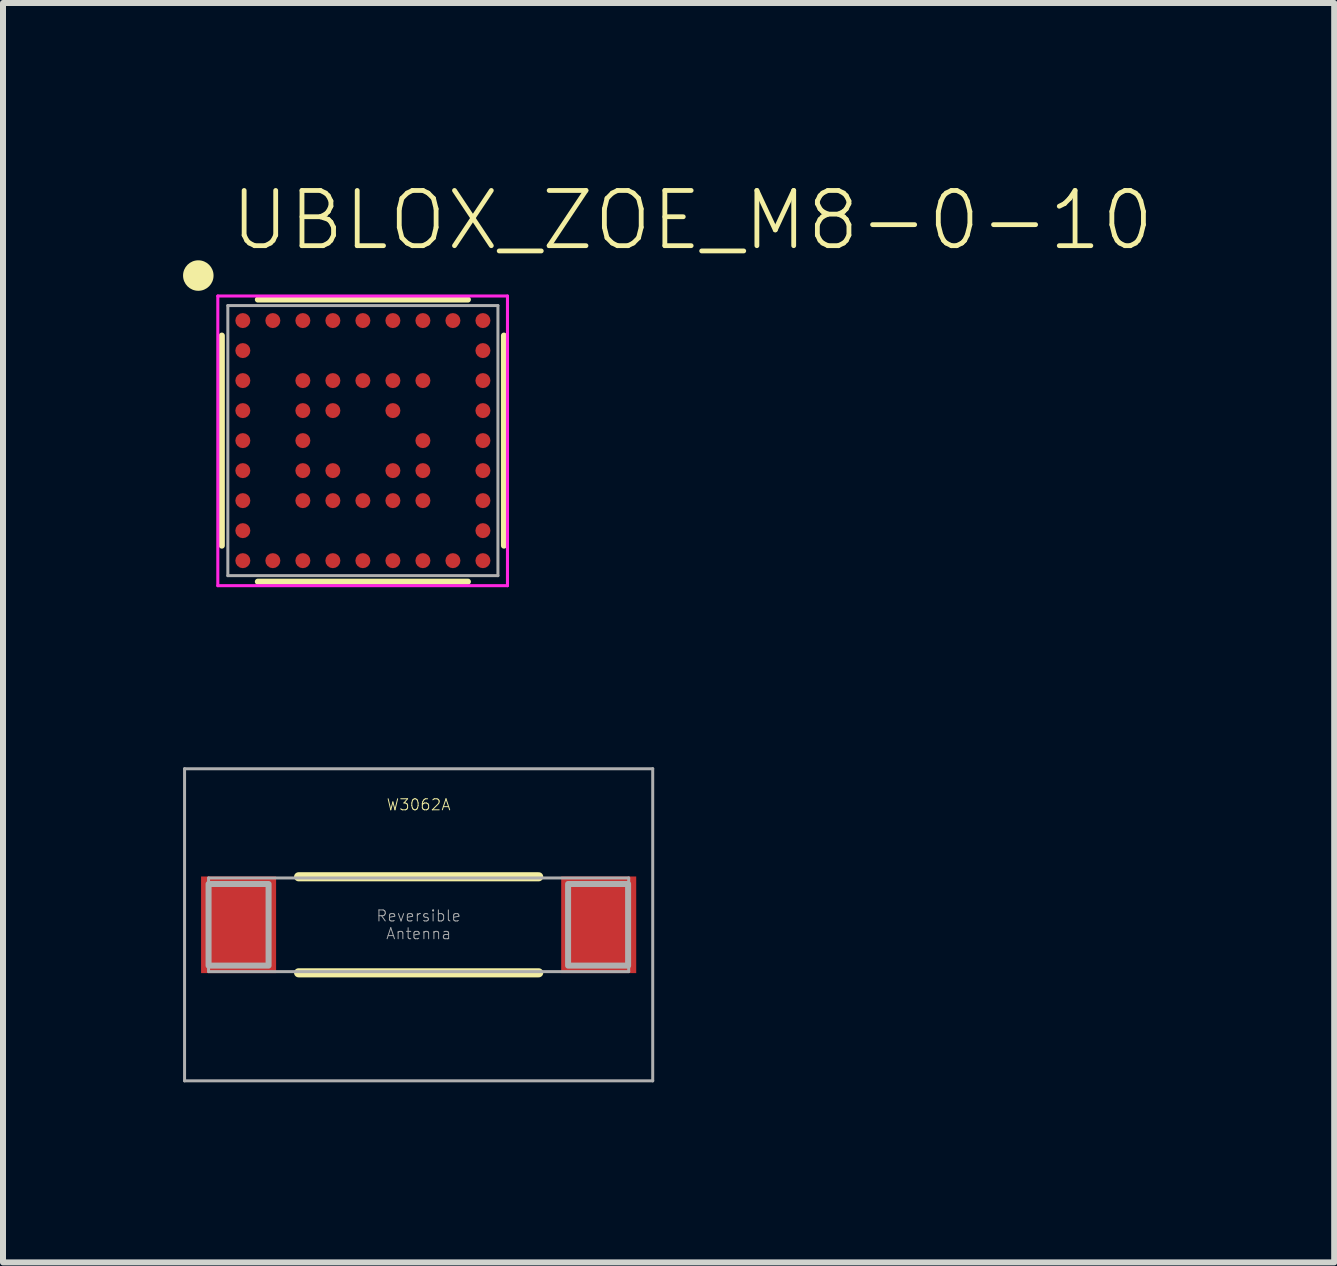
<source format=kicad_pcb>
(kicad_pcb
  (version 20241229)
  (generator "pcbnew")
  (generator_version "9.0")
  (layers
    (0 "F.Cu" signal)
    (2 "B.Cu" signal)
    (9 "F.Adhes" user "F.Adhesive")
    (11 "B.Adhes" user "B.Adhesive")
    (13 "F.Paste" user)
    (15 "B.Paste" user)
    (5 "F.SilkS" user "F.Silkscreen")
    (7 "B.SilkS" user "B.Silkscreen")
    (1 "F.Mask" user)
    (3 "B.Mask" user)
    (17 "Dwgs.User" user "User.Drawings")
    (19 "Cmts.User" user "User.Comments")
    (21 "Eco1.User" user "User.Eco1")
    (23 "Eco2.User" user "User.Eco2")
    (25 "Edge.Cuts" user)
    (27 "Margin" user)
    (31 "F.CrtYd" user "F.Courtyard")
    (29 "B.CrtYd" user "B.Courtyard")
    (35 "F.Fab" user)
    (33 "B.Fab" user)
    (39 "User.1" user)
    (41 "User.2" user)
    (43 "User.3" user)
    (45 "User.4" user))
  (footprint "UBLOX_ZOE_M8-0-10"
    (layer "F.Cu")
    (at 2.992 4.295)
    (property "Reference" "UBLOX_ZOE_M8-0-10" (at -2.246 -3.135 0) (layer "F.SilkS") (effects (font (size 0.92 0.92) (thickness 0.08)) (justify left bottom)))
    (fp_circle (center -1.998 -1.504) (end -1.923 -1.504) (stroke (width 0.15) (type solid)) (fill yes) (layer "F.Mask"))
    (fp_circle (center -1.998 -1.004) (end -1.923 -1.004) (stroke (width 0.15) (type solid)) (fill yes) (layer "F.Mask"))
    (fp_circle (center -1.998 -0.504) (end -1.923 -0.504) (stroke (width 0.15) (type solid)) (fill yes) (layer "F.Mask"))
    (fp_circle (center -1.998 -0.004) (end -1.923 -0.004) (stroke (width 0.15) (type solid)) (fill yes) (layer "F.Mask"))
    (fp_circle (center -1.998 0.496) (end -1.923 0.496) (stroke (width 0.15) (type solid)) (fill yes) (layer "F.Mask"))
    (fp_circle (center -1.998 0.996) (end -1.923 0.996) (stroke (width 0.15) (type solid)) (fill yes) (layer "F.Mask"))
    (fp_circle (center -1.998 1.496) (end -1.923 1.496) (stroke (width 0.15) (type solid)) (fill yes) (layer "F.Mask"))
    (fp_circle (center -1.996 -2.006) (end -1.921 -2.006) (stroke (width 0.15) (type solid)) (fill yes) (layer "F.Mask"))
    (fp_circle (center -1.996 1.994) (end -1.921 1.994) (stroke (width 0.15) (type solid)) (fill yes) (layer "F.Mask"))
    (fp_circle (center -1.496 -2.006) (end -1.421 -2.006) (stroke (width 0.15) (type solid)) (fill yes) (layer "F.Mask"))
    (fp_circle (center -1.496 1.994) (end -1.421 1.994) (stroke (width 0.15) (type solid)) (fill yes) (layer "F.Mask"))
    (fp_circle (center -0.998 -0.004) (end -0.923 -0.004) (stroke (width 0.15) (type solid)) (fill yes) (layer "F.Mask"))
    (fp_circle (center -0.997 -0.505) (end -0.922 -0.505) (stroke (width 0.15) (type solid)) (fill yes) (layer "F.Mask"))
    (fp_circle (center -0.997 0.997) (end -0.922 0.997) (stroke (width 0.15) (type solid)) (fill yes) (layer "F.Mask"))
    (fp_circle (center -0.997 -2.006) (end -0.921 -2.006) (stroke (width 0.15) (type solid)) (fill yes) (layer "F.Mask"))
    (fp_circle (center -0.997 1.994) (end -0.921 1.994) (stroke (width 0.15) (type solid)) (fill yes) (layer "F.Mask"))
    (fp_circle (center -0.995 0.498) (end -0.92 0.498) (stroke (width 0.15) (type solid)) (fill yes) (layer "F.Mask"))
    (fp_circle (center -0.995 -1.004) (end -0.92 -1.004) (stroke (width 0.15) (type solid)) (fill yes) (layer "F.Mask"))
    (fp_circle (center -0.499 -0.503) (end -0.424 -0.503) (stroke (width 0.15) (type solid)) (fill yes) (layer "F.Mask"))
    (fp_circle (center -0.496 -2.006) (end -0.421 -2.006) (stroke (width 0.15) (type solid)) (fill yes) (layer "F.Mask"))
    (fp_circle (center -0.496 1.994) (end -0.421 1.994) (stroke (width 0.15) (type solid)) (fill yes) (layer "F.Mask"))
    (fp_circle (center -0.496 0.997) (end -0.421 0.997) (stroke (width 0.15) (type solid)) (fill yes) (layer "F.Mask"))
    (fp_circle (center -0.495 0.499) (end -0.42 0.499) (stroke (width 0.15) (type solid)) (fill yes) (layer "F.Mask"))
    (fp_circle (center -0.495 -1.004) (end -0.42 -1.004) (stroke (width 0.15) (type solid)) (fill yes) (layer "F.Mask"))
    (fp_circle (center 0.003 0.997) (end 0.078 0.997) (stroke (width 0.15) (type solid)) (fill yes) (layer "F.Mask"))
    (fp_circle (center 0.004 -2.006) (end 0.079 -2.006) (stroke (width 0.15) (type solid)) (fill yes) (layer "F.Mask"))
    (fp_circle (center 0.004 1.994) (end 0.079 1.994) (stroke (width 0.15) (type solid)) (fill yes) (layer "F.Mask"))
    (fp_circle (center 0.005 -1.004) (end 0.08 -1.004) (stroke (width 0.15) (type solid)) (fill yes) (layer "F.Mask"))
    (fp_circle (center 0.501 -0.505) (end 0.576 -0.505) (stroke (width 0.15) (type solid)) (fill yes) (layer "F.Mask"))
    (fp_circle (center 0.502 0.997) (end 0.577 0.997) (stroke (width 0.15) (type solid)) (fill yes) (layer "F.Mask"))
    (fp_circle (center 0.503 -2.006) (end 0.579 -2.006) (stroke (width 0.15) (type solid)) (fill yes) (layer "F.Mask"))
    (fp_circle (center 0.503 1.994) (end 0.579 1.994) (stroke (width 0.15) (type solid)) (fill yes) (layer "F.Mask"))
    (fp_circle (center 0.504 0.499) (end 0.579 0.499) (stroke (width 0.15) (type solid)) (fill yes) (layer "F.Mask"))
    (fp_circle (center 0.505 -1.004) (end 0.58 -1.004) (stroke (width 0.15) (type solid)) (fill yes) (layer "F.Mask"))
    (fp_circle (center 1.002 -0.003) (end 1.077 -0.003) (stroke (width 0.15) (type solid)) (fill yes) (layer "F.Mask"))
    (fp_circle (center 1.002 0.5) (end 1.077 0.5) (stroke (width 0.15) (type solid)) (fill yes) (layer "F.Mask"))
    (fp_circle (center 1.003 0.998) (end 1.078 0.998) (stroke (width 0.15) (type solid)) (fill yes) (layer "F.Mask"))
    (fp_circle (center 1.004 -2.006) (end 1.079 -2.006) (stroke (width 0.15) (type solid)) (fill yes) (layer "F.Mask"))
    (fp_circle (center 1.004 1.994) (end 1.079 1.994) (stroke (width 0.15) (type solid)) (fill yes) (layer "F.Mask"))
    (fp_circle (center 1.005 -1.004) (end 1.08 -1.004) (stroke (width 0.15) (type solid)) (fill yes) (layer "F.Mask"))
    (fp_circle (center 1.504 -2.006) (end 1.579 -2.006) (stroke (width 0.15) (type solid)) (fill yes) (layer "F.Mask"))
    (fp_circle (center 1.504 1.994) (end 1.579 1.994) (stroke (width 0.15) (type solid)) (fill yes) (layer "F.Mask"))
    (fp_circle (center 2.003 -2.006) (end 2.079 -2.006) (stroke (width 0.15) (type solid)) (fill yes) (layer "F.Mask"))
    (fp_circle (center 2.003 -1.502) (end 2.079 -1.502) (stroke (width 0.15) (type solid)) (fill yes) (layer "F.Mask"))
    (fp_circle (center 2.003 -1.002) (end 2.079 -1.002) (stroke (width 0.15) (type solid)) (fill yes) (layer "F.Mask"))
    (fp_circle (center 2.003 -0.502) (end 2.079 -0.502) (stroke (width 0.15) (type solid)) (fill yes) (layer "F.Mask"))
    (fp_circle (center 2.003 -0.002) (end 2.079 -0.002) (stroke (width 0.15) (type solid)) (fill yes) (layer "F.Mask"))
    (fp_circle (center 2.003 0.498) (end 2.079 0.498) (stroke (width 0.15) (type solid)) (fill yes) (layer "F.Mask"))
    (fp_circle (center 2.003 0.998) (end 2.079 0.998) (stroke (width 0.15) (type solid)) (fill yes) (layer "F.Mask"))
    (fp_circle (center 2.003 1.498) (end 2.079 1.498) (stroke (width 0.15) (type solid)) (fill yes) (layer "F.Mask"))
    (fp_circle (center 2.003 1.994) (end 2.079 1.994) (stroke (width 0.15) (type solid)) (fill yes) (layer "F.Mask"))
    (fp_line (start -2.346 1.746) (end -2.346 -1.754) (stroke (width 0.1) (type solid)) (layer "F.SilkS"))
    (fp_line (start -1.746 -2.354) (end 1.754 -2.354) (stroke (width 0.1) (type solid)) (layer "F.SilkS"))
    (fp_line (start -1.746 2.346) (end 1.754 2.346) (stroke (width 0.1) (type solid)) (layer "F.SilkS"))
    (fp_line (start 2.354 1.746) (end 2.354 -1.754) (stroke (width 0.1) (type solid)) (layer "F.SilkS"))
    (fp_circle (center -2.738 -2.754) (end -2.611 -2.754) (stroke (width 0.254) (type solid)) (fill yes) (layer "F.SilkS"))
    (fp_line (start -2.413 -2.413) (end -2.413 2.413) (stroke (width 0.051) (type solid)) (layer "F.CrtYd"))
    (fp_line (start -2.413 2.413) (end 2.413 2.413) (stroke (width 0.051) (type solid)) (layer "F.CrtYd"))
    (fp_line (start 2.413 -2.413) (end -2.413 -2.413) (stroke (width 0.051) (type solid)) (layer "F.CrtYd"))
    (fp_line (start 2.413 2.413) (end 2.413 -2.413) (stroke (width 0.051) (type solid)) (layer "F.CrtYd"))
    (fp_line (start -2.246 -2.254) (end -2.246 2.246) (stroke (width 0.05) (type solid)) (layer "F.Fab"))
    (fp_line (start -2.246 2.246) (end 2.254 2.246) (stroke (width 0.05) (type solid)) (layer "F.Fab"))
    (fp_line (start 2.254 -2.254) (end -2.246 -2.254) (stroke (width 0.05) (type solid)) (layer "F.Fab"))
    (fp_line (start 2.254 2.246) (end 2.254 -2.254) (stroke (width 0.05) (type solid)) (layer "F.Fab"))
    (pad "1" smd roundrect (at -1.996 -2.004) (size 0.25 0.25) (layers "F.Cu" "F.Paste") (roundrect_rratio 0.5))
    (pad "2" smd roundrect (at -1.496 -2.004) (size 0.25 0.25) (layers "F.Cu" "F.Paste") (roundrect_rratio 0.5))
    (pad "3" smd roundrect (at -0.996 -2.004) (size 0.25 0.25) (layers "F.Cu" "F.Paste") (roundrect_rratio 0.5))
    (pad "4" smd roundrect (at -0.496 -2.004) (size 0.25 0.25) (layers "F.Cu" "F.Paste") (roundrect_rratio 0.5))
    (pad "5" smd roundrect (at 0.004 -2.004) (size 0.25 0.25) (layers "F.Cu" "F.Paste") (roundrect_rratio 0.5))
    (pad "6" smd roundrect (at 0.504 -2.004) (size 0.25 0.25) (layers "F.Cu" "F.Paste") (roundrect_rratio 0.5))
    (pad "7" smd roundrect (at 1.004 -2.004) (size 0.25 0.25) (layers "F.Cu" "F.Paste") (roundrect_rratio 0.5))
    (pad "8" smd roundrect (at 1.504 -2.004) (size 0.25 0.25) (layers "F.Cu" "F.Paste") (roundrect_rratio 0.5))
    (pad "9" smd roundrect (at 2.004 -2.004) (size 0.25 0.25) (layers "F.Cu" "F.Paste") (roundrect_rratio 0.5))
    (pad "10" smd roundrect (at 2.004 -1.504) (size 0.25 0.25) (layers "F.Cu" "F.Paste") (roundrect_rratio 0.5))
    (pad "11" smd roundrect (at 2.004 -1.004) (size 0.25 0.25) (layers "F.Cu" "F.Paste") (roundrect_rratio 0.5))
    (pad "12" smd roundrect (at 2.004 -0.504) (size 0.25 0.25) (layers "F.Cu" "F.Paste") (roundrect_rratio 0.5))
    (pad "13" smd roundrect (at 2.004 -0.004) (size 0.25 0.25) (layers "F.Cu" "F.Paste") (roundrect_rratio 0.5))
    (pad "14" smd roundrect (at 2.004 0.496) (size 0.25 0.25) (layers "F.Cu" "F.Paste") (roundrect_rratio 0.5))
    (pad "15" smd roundrect (at 2.004 0.996) (size 0.25 0.25) (layers "F.Cu" "F.Paste") (roundrect_rratio 0.5))
    (pad "16" smd roundrect (at 2.004 1.496) (size 0.25 0.25) (layers "F.Cu" "F.Paste") (roundrect_rratio 0.5))
    (pad "17" smd roundrect (at 2.004 1.996) (size 0.25 0.25) (layers "F.Cu" "F.Paste") (roundrect_rratio 0.5))
    (pad "18" smd roundrect (at 1.504 1.996) (size 0.25 0.25) (layers "F.Cu" "F.Paste") (roundrect_rratio 0.5))
    (pad "19" smd roundrect (at 1.004 1.996) (size 0.25 0.25) (layers "F.Cu" "F.Paste") (roundrect_rratio 0.5))
    (pad "20" smd roundrect (at 0.504 1.996) (size 0.25 0.25) (layers "F.Cu" "F.Paste") (roundrect_rratio 0.5))
    (pad "21" smd roundrect (at 0.004 1.996) (size 0.25 0.25) (layers "F.Cu" "F.Paste") (roundrect_rratio 0.5))
    (pad "22" smd roundrect (at -0.496 1.996) (size 0.25 0.25) (layers "F.Cu" "F.Paste") (roundrect_rratio 0.5))
    (pad "23" smd roundrect (at -0.996 1.996) (size 0.25 0.25) (layers "F.Cu" "F.Paste") (roundrect_rratio 0.5))
    (pad "24" smd roundrect (at -1.496 1.996) (size 0.25 0.25) (layers "F.Cu" "F.Paste") (roundrect_rratio 0.5))
    (pad "25" smd roundrect (at -1.996 1.996) (size 0.25 0.25) (layers "F.Cu" "F.Paste") (roundrect_rratio 0.5))
    (pad "26" smd roundrect (at -1.996 1.496) (size 0.25 0.25) (layers "F.Cu" "F.Paste") (roundrect_rratio 0.5))
    (pad "27" smd roundrect (at -1.996 0.996) (size 0.25 0.25) (layers "F.Cu" "F.Paste") (roundrect_rratio 0.5))
    (pad "28" smd roundrect (at -1.996 0.496) (size 0.25 0.25) (layers "F.Cu" "F.Paste") (roundrect_rratio 0.5))
    (pad "29" smd roundrect (at -1.996 -0.004) (size 0.25 0.25) (layers "F.Cu" "F.Paste") (roundrect_rratio 0.5))
    (pad "30" smd roundrect (at -1.996 -0.504) (size 0.25 0.25) (layers "F.Cu" "F.Paste") (roundrect_rratio 0.5))
    (pad "31" smd roundrect (at -1.996 -1.004) (size 0.25 0.25) (layers "F.Cu" "F.Paste") (roundrect_rratio 0.5))
    (pad "32" smd roundrect (at -1.996 -1.504) (size 0.25 0.25) (layers "F.Cu" "F.Paste") (roundrect_rratio 0.5))
    (pad "33" smd roundrect (at -0.996 -1.004) (size 0.25 0.25) (layers "F.Cu" "F.Paste") (roundrect_rratio 0.5))
    (pad "34" smd roundrect (at -0.496 -1.004) (size 0.25 0.25) (layers "F.Cu" "F.Paste") (roundrect_rratio 0.5))
    (pad "35" smd roundrect (at 0.004 -1.004) (size 0.25 0.25) (layers "F.Cu" "F.Paste") (roundrect_rratio 0.5))
    (pad "36" smd roundrect (at 0.504 -1.004) (size 0.25 0.25) (layers "F.Cu" "F.Paste") (roundrect_rratio 0.5))
    (pad "37" smd roundrect (at 1.004 -1.004) (size 0.25 0.25) (layers "F.Cu" "F.Paste") (roundrect_rratio 0.5))
    (pad "38" smd roundrect (at 1.004 -0.004) (size 0.25 0.25) (layers "F.Cu" "F.Paste") (roundrect_rratio 0.5))
    (pad "39" smd roundrect (at 1.004 0.496) (size 0.25 0.25) (layers "F.Cu" "F.Paste") (roundrect_rratio 0.5))
    (pad "40" smd roundrect (at 1.004 0.996) (size 0.25 0.25) (layers "F.Cu" "F.Paste") (roundrect_rratio 0.5))
    (pad "41" smd roundrect (at 0.504 0.996) (size 0.25 0.25) (layers "F.Cu" "F.Paste") (roundrect_rratio 0.5))
    (pad "42" smd roundrect (at 0.004 0.996) (size 0.25 0.25) (layers "F.Cu" "F.Paste") (roundrect_rratio 0.5))
    (pad "43" smd roundrect (at -0.496 0.996) (size 0.25 0.25) (layers "F.Cu" "F.Paste") (roundrect_rratio 0.5))
    (pad "44" smd roundrect (at -0.996 0.996) (size 0.25 0.25) (layers "F.Cu" "F.Paste") (roundrect_rratio 0.5))
    (pad "45" smd roundrect (at -0.996 0.496) (size 0.25 0.25) (layers "F.Cu" "F.Paste") (roundrect_rratio 0.5))
    (pad "46" smd roundrect (at -0.996 -0.004) (size 0.25 0.25) (layers "F.Cu" "F.Paste") (roundrect_rratio 0.5))
    (pad "47" smd roundrect (at -0.996 -0.504) (size 0.25 0.25) (layers "F.Cu" "F.Paste") (roundrect_rratio 0.5))
    (pad "48" smd roundrect (at -0.496 -0.504) (size 0.25 0.25) (layers "F.Cu" "F.Paste") (roundrect_rratio 0.5))
    (pad "49" smd roundrect (at 0.504 -0.504) (size 0.25 0.25) (layers "F.Cu" "F.Paste") (roundrect_rratio 0.5))
    (pad "50" smd roundrect (at 0.504 0.496) (size 0.25 0.25) (layers "F.Cu" "F.Paste") (roundrect_rratio 0.5))
    (pad "51" smd roundrect (at -0.496 0.496) (size 0.25 0.25) (layers "F.Cu" "F.Paste") (roundrect_rratio 0.5)))
  (footprint "W3062A"
    (layer "F.Cu")
    (at 3.925 12.358)
    (property "Reference" "W3062A" (at 0 -2 0) (layer "F.SilkS") (effects (font (size 0.184 0.184) (thickness 0.016))))
    (fp_line (start -2 -0.8) (end 2 -0.8) (stroke (width 0.152) (type solid)) (layer "F.SilkS"))
    (fp_line (start -2 0.8) (end 2 0.8) (stroke (width 0.152) (type solid)) (layer "F.SilkS"))
    (fp_line (start -3.9 -2.6) (end 3.9 -2.6) (stroke (width 0.05) (type solid)) (layer "F.Fab"))
    (fp_line (start -3.9 2.6) (end -3.9 -2.6) (stroke (width 0.05) (type solid)) (layer "F.Fab"))
    (fp_line (start -3.5 -0.78) (end 3.5 -0.78) (stroke (width 0.05) (type solid)) (layer "F.Fab"))
    (fp_line (start -3.5 0.78) (end -3.5 -0.78) (stroke (width 0.05) (type solid)) (layer "F.Fab"))
    (fp_line (start 3.5 -0.78) (end 3.5 0.78) (stroke (width 0.05) (type solid)) (layer "F.Fab"))
    (fp_line (start 3.5 0.78) (end -3.5 0.78) (stroke (width 0.05) (type solid)) (layer "F.Fab"))
    (fp_line (start 3.9 -2.6) (end 3.9 2.6) (stroke (width 0.05) (type solid)) (layer "F.Fab"))
    (fp_line (start 3.9 2.6) (end -3.9 2.6) (stroke (width 0.05) (type solid)) (layer "F.Fab"))
    (fp_poly (pts (xy -3.5 0.68) (xy -2.5 0.68) (xy -2.5 -0.68) (xy -3.5 -0.68)) (stroke (width 0.1) (type default)) (fill no) (layer "F.Fab"))
    (fp_poly (pts (xy 2.49 0.68) (xy 3.49 0.68) (xy 3.49 -0.68) (xy 2.49 -0.68)) (stroke (width 0.1) (type default)) (fill no) (layer "F.Fab"))
    (fp_text user "Reversible\nAntenna" (at 0 0 0) (layer "F.Fab") (effects (font (size 0.184 0.184) (thickness 0.016))))
    (pad "FEED" smd rect (at 3 0) (size 1.25 1.61) (layers "F.Cu" "F.Mask" "F.Paste"))
    (pad "GND" smd rect (at -3 0) (size 1.25 1.61) (layers "F.Cu" "F.Mask" "F.Paste"))
    (zone (net_name "") (layer "F.Cu") (hatch edge 0.508) (connect_pads) (min_thickness 0.254) (filled_areas_thickness no) (keepout (tracks not_allowed) (vias not_allowed) (pads not_allowed) (copperpour not_allowed) (footprints allowed)) (placement (enabled no)) (fill) (polygon (pts (xy 0.025 11.558) (xy 7.825 11.558) (xy 7.825 9.758) (xy 0.025 9.758))))
    (zone (net_name "") (layer "F.Cu") (hatch edge 0.508) (connect_pads) (min_thickness 0.254) (filled_areas_thickness no) (keepout (tracks not_allowed) (vias not_allowed) (pads not_allowed) (copperpour not_allowed) (footprints allowed)) (placement (enabled no)) (fill) (polygon (pts (xy 0.025 11.758) (xy 0.425 11.758) (xy 0.425 11.558) (xy 0.025 11.558))))
    (zone (net_name "") (layer "F.Cu") (hatch edge 0.508) (connect_pads) (min_thickness 0.254) (filled_areas_thickness no) (keepout (tracks not_allowed) (vias not_allowed) (pads not_allowed) (copperpour not_allowed) (footprints allowed)) (placement (enabled no)) (fill) (polygon (pts (xy 0.025 13.158) (xy 0.425 13.158) (xy 0.425 12.958) (xy 0.025 12.958))))
    (zone (net_name "") (layer "F.Cu") (hatch edge 0.508) (connect_pads) (min_thickness 0.254) (filled_areas_thickness no) (keepout (tracks not_allowed) (vias not_allowed) (pads not_allowed) (copperpour not_allowed) (footprints allowed)) (placement (enabled no)) (fill) (polygon (pts (xy 0.025 14.958) (xy 7.825 14.958) (xy 7.825 13.158) (xy 0.025 13.158))))
    (zone (net_name "") (layer "F.Cu") (hatch edge 0.508) (connect_pads) (min_thickness 0.254) (filled_areas_thickness no) (keepout (tracks not_allowed) (vias not_allowed) (pads not_allowed) (copperpour not_allowed) (footprints allowed)) (placement (enabled no)) (fill) (polygon (pts (xy 1.625 13.158) (xy 6.225 13.158) (xy 6.225 11.558) (xy 1.625 11.558))))
    (zone (net_name "") (layer "F.Cu") (hatch edge 0.508) (connect_pads) (min_thickness 0.254) (filled_areas_thickness no) (keepout (tracks not_allowed) (vias not_allowed) (pads not_allowed) (copperpour not_allowed) (footprints allowed)) (placement (enabled no)) (fill) (polygon (pts (xy 7.425 11.758) (xy 7.825 11.758) (xy 7.825 11.558) (xy 7.425 11.558))))
    (zone (net_name "") (layer "F.Cu") (hatch edge 0.508) (connect_pads) (min_thickness 0.254) (filled_areas_thickness no) (keepout (tracks not_allowed) (vias not_allowed) (pads not_allowed) (copperpour not_allowed) (footprints allowed)) (placement (enabled no)) (fill) (polygon (pts (xy 7.425 13.158) (xy 7.825 13.158) (xy 7.825 12.958) (xy 7.425 12.958))))
    (zone (net_name "") (layer "B.Cu") (hatch edge 0.508) (connect_pads) (min_thickness 0.254) (filled_areas_thickness no) (keepout (tracks not_allowed) (vias not_allowed) (pads not_allowed) (copperpour not_allowed) (footprints allowed)) (placement (enabled no)) (fill) (polygon (pts (xy 0.025 14.983) (xy 7.825 14.983) (xy 7.825 9.733) (xy 0.025 9.733)))))
  (gr_rect
    (start -3 -3)
    (end 19.179 17.983)
    (stroke (width 0.1) (type default))
    (fill no)
    (layer "Edge.Cuts")))
</source>
